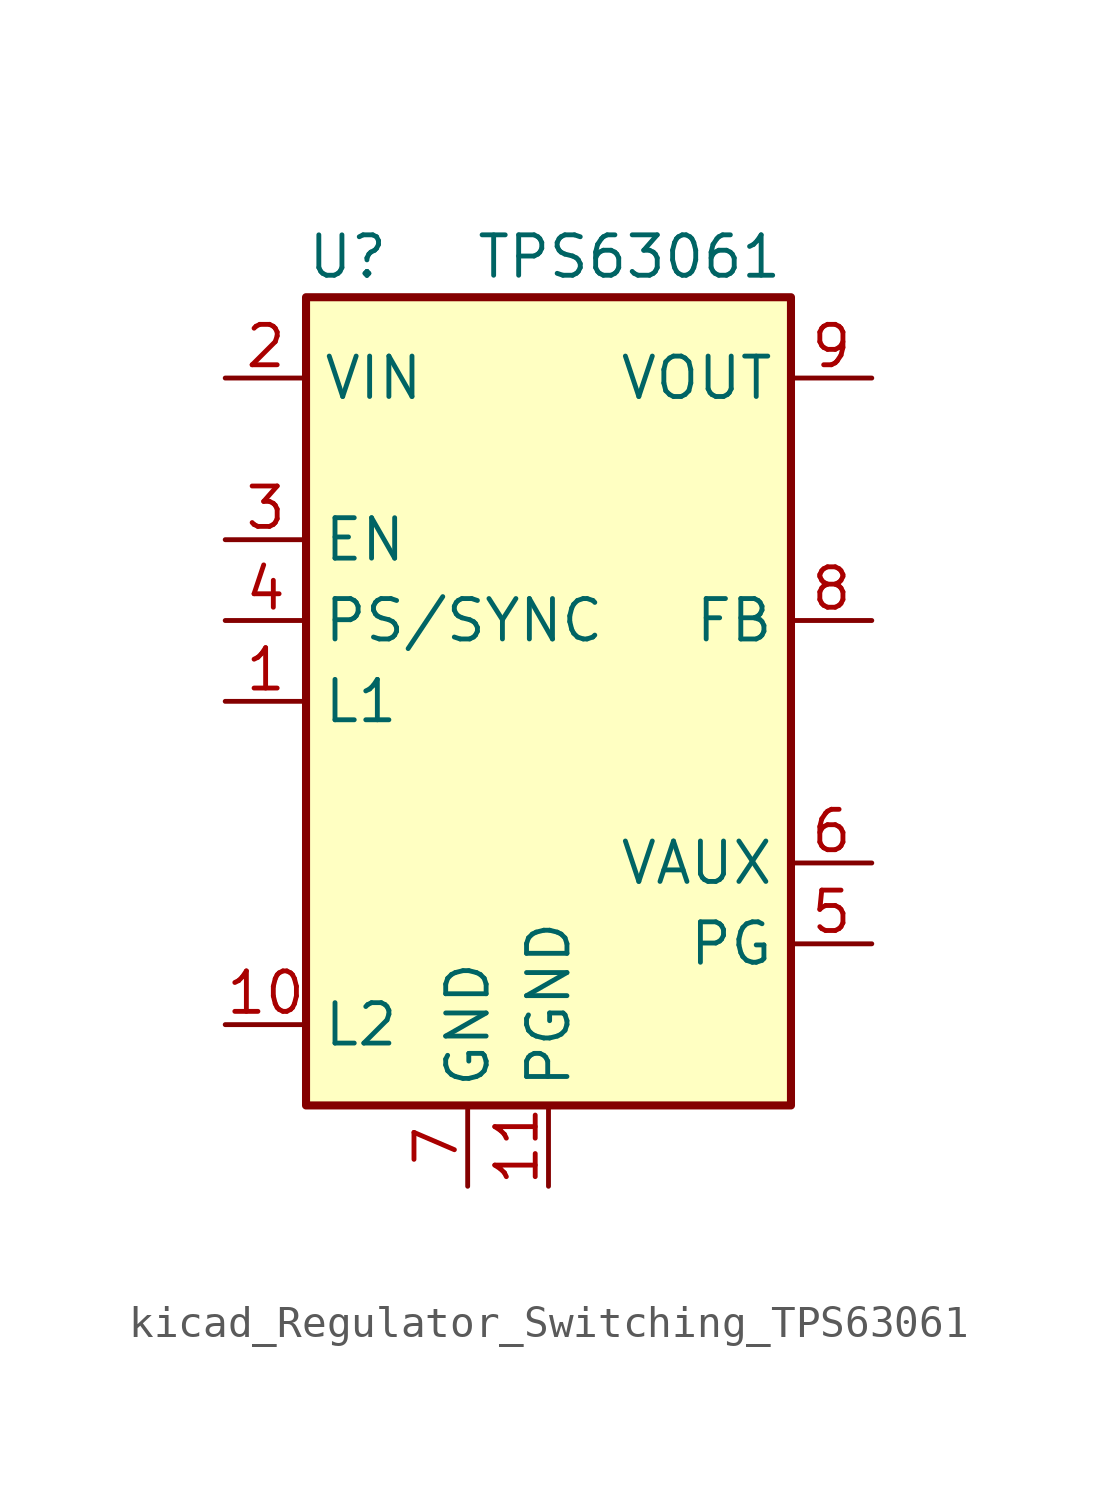
<source format=kicad_sym>
(kicad_symbol_lib
  (version 20220914)
  (generator kicad_symbol_editor)
  (symbol "kicad_Regulator_Switching_TPS63061"
    (property "Reference" "U"
      (at -7.62 13.97 0)
      (effects (font (size 1.27 1.27)) (justify left)))
    (property "Value" "TPS63061"
      (at 2.54 13.97 0)
      (effects (font (size 1.27 1.27))))
    (symbol "kicad_Regulator_Switching_TPS63061_0_1"
      (rectangle (start -7.62 12.7) (end 7.62 -12.7) (stroke (width 0.254) (type default)) (fill (type background))))
    (symbol "kicad_Regulator_Switching_TPS63061_1_1"
      (pin input line (at -10.16 0 0) (length 2.54) (name "L1" (effects (font (size 1.27 1.27)))) (number "1" (effects (font (size 1.27 1.27)))))
      (pin input line (at -10.16 -10.16 0) (length 2.54) (name "L2" (effects (font (size 1.27 1.27)))) (number "10" (effects (font (size 1.27 1.27)))))
      (pin power_in line (at 0 -15.24 90) (length 2.54) (name "PGND" (effects (font (size 1.27 1.27)))) (number "11" (effects (font (size 1.27 1.27)))))
      (pin power_in line (at -10.16 10.16 0) (length 2.54) (name "VIN" (effects (font (size 1.27 1.27)))) (number "2" (effects (font (size 1.27 1.27)))))
      (pin input line (at -10.16 5.08 0) (length 2.54) (name "EN" (effects (font (size 1.27 1.27)))) (number "3" (effects (font (size 1.27 1.27)))))
      (pin input line (at -10.16 2.54 0) (length 2.54) (name "PS/SYNC" (effects (font (size 1.27 1.27)))) (number "4" (effects (font (size 1.27 1.27)))))
      (pin output line (at 10.16 -7.62 180) (length 2.54) (name "PG" (effects (font (size 1.27 1.27)))) (number "5" (effects (font (size 1.27 1.27)))))
      (pin passive line (at 10.16 -5.08 180) (length 2.54) (name "VAUX" (effects (font (size 1.27 1.27)))) (number "6" (effects (font (size 1.27 1.27)))))
      (pin power_in line (at -2.54 -15.24 90) (length 2.54) (name "GND" (effects (font (size 1.27 1.27)))) (number "7" (effects (font (size 1.27 1.27)))))
      (pin input line (at 10.16 2.54 180) (length 2.54) (name "FB" (effects (font (size 1.27 1.27)))) (number "8" (effects (font (size 1.27 1.27)))))
      (pin power_out line (at 10.16 10.16 180) (length 2.54) (name "VOUT" (effects (font (size 1.27 1.27)))) (number "9" (effects (font (size 1.27 1.27))))))))
</source>
